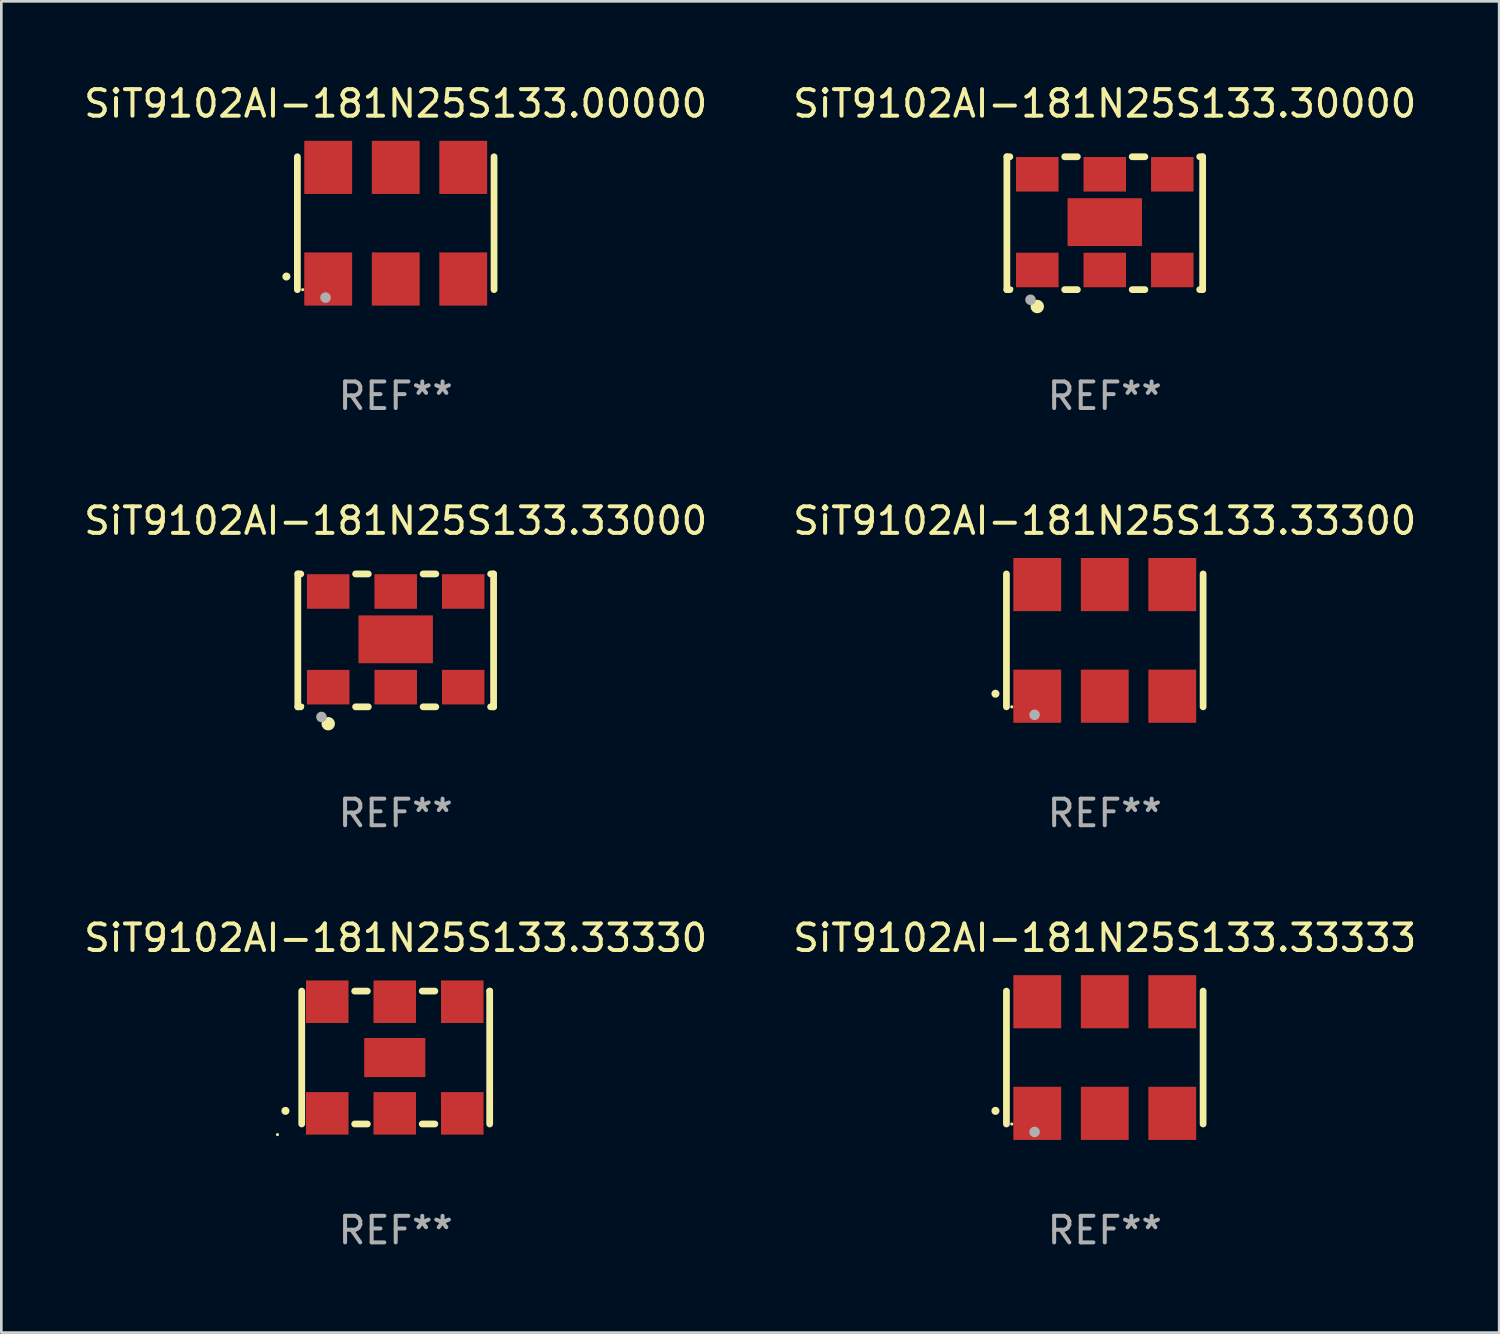
<source format=kicad_pcb>
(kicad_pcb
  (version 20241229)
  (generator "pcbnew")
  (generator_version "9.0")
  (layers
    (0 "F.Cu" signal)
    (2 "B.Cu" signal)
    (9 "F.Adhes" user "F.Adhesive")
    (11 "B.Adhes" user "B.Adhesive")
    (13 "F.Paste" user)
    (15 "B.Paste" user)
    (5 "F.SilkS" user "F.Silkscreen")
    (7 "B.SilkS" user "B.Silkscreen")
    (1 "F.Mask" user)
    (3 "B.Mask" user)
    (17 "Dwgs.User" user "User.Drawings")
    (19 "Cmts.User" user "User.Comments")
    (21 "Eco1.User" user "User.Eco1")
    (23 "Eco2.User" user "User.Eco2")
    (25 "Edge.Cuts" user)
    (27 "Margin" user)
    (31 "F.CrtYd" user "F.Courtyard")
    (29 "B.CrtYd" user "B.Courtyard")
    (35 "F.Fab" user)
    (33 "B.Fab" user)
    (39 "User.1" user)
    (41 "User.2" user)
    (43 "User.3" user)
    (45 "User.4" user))
  (footprint "SiT9102AI-181N25S133.33000"
    (layer "F.Cu")
    (at 11.839 21.045)
    (property "Reference" "SiT9102AI-181N25S133.33000" (at 0 -4.5 0) (layer "F.SilkS") (effects (font (size 1 1) (thickness 0.15))))
    (attr through_hole)
    (fp_line (start -3.683 -2.5) (end -3.571 -2.5) (stroke (width 0.254) (type solid)) (layer "F.SilkS"))
    (fp_line (start -3.683 2.5) (end -3.683 -2.5) (stroke (width 0.254) (type solid)) (layer "F.SilkS"))
    (fp_line (start -3.683 2.5) (end -3.571 2.5) (stroke (width 0.254) (type solid)) (layer "F.SilkS"))
    (fp_line (start -1.509 -2.5) (end -1.031 -2.5) (stroke (width 0.254) (type solid)) (layer "F.SilkS"))
    (fp_line (start -1.509 2.5) (end -1.031 2.5) (stroke (width 0.254) (type solid)) (layer "F.SilkS"))
    (fp_line (start 1.031 -2.5) (end 1.509 -2.5) (stroke (width 0.254) (type solid)) (layer "F.SilkS"))
    (fp_line (start 1.031 2.5) (end 1.509 2.5) (stroke (width 0.254) (type solid)) (layer "F.SilkS"))
    (fp_line (start 3.571 -2.5) (end 3.683 -2.5) (stroke (width 0.254) (type solid)) (layer "F.SilkS"))
    (fp_line (start 3.571 2.5) (end 3.683 2.5) (stroke (width 0.254) (type solid)) (layer "F.SilkS"))
    (fp_line (start 3.683 2.5) (end 3.683 -2.5) (stroke (width 0.254) (type solid)) (layer "F.SilkS"))
    (fp_circle (center -3.5 2.46) (end -3.47 2.46) (stroke (width 0.06) (type solid)) (fill no) (layer "F.SilkS"))
    (fp_circle (center -2.54 3.135) (end -2.413 3.135) (stroke (width 0.254) (type solid)) (fill no) (layer "F.SilkS"))
    (fp_circle (center -2.794 2.881) (end -2.694 2.881) (stroke (width 0.2) (type solid)) (fill no) (layer "F.Fab"))
    (fp_text user "REF**" (at 0 6.5 0) (layer "F.Fab") (effects (font (size 1 1) (thickness 0.15))))
    (pad "1" smd rect (at -2.54 1.76) (size 1.6 1.3) (layers "F.Cu" "F.Mask" "F.Paste"))
    (pad "2" smd rect (at 0 1.76) (size 1.6 1.3) (layers "F.Cu" "F.Mask" "F.Paste"))
    (pad "3" smd rect (at 2.54 1.76) (size 1.6 1.3) (layers "F.Cu" "F.Mask" "F.Paste"))
    (pad "4" smd rect (at 2.54 -1.84) (size 1.6 1.3) (layers "F.Cu" "F.Mask" "F.Paste"))
    (pad "5" smd rect (at 0 -1.84) (size 1.6 1.3) (layers "F.Cu" "F.Mask" "F.Paste"))
    (pad "6" smd rect (at -2.54 -1.84) (size 1.6 1.3) (layers "F.Cu" "F.Mask" "F.Paste"))
    (pad "7" smd rect (at 0 -0.04) (size 2.8 1.8) (layers "F.Cu" "F.Mask" "F.Paste")))
  (footprint "SiT9102AI-181N25S133.30000"
    (layer "F.Cu")
    (at 38.518 5.348)
    (property "Reference" "SiT9102AI-181N25S133.30000" (at 0 -4.5 0) (layer "F.SilkS") (effects (font (size 1 1) (thickness 0.15))))
    (attr through_hole)
    (fp_line (start -3.683 -2.5) (end -3.571 -2.5) (stroke (width 0.254) (type solid)) (layer "F.SilkS"))
    (fp_line (start -3.683 2.5) (end -3.683 -2.5) (stroke (width 0.254) (type solid)) (layer "F.SilkS"))
    (fp_line (start -3.683 2.5) (end -3.571 2.5) (stroke (width 0.254) (type solid)) (layer "F.SilkS"))
    (fp_line (start -1.509 -2.5) (end -1.031 -2.5) (stroke (width 0.254) (type solid)) (layer "F.SilkS"))
    (fp_line (start -1.509 2.5) (end -1.031 2.5) (stroke (width 0.254) (type solid)) (layer "F.SilkS"))
    (fp_line (start 1.031 -2.5) (end 1.509 -2.5) (stroke (width 0.254) (type solid)) (layer "F.SilkS"))
    (fp_line (start 1.031 2.5) (end 1.509 2.5) (stroke (width 0.254) (type solid)) (layer "F.SilkS"))
    (fp_line (start 3.571 -2.5) (end 3.683 -2.5) (stroke (width 0.254) (type solid)) (layer "F.SilkS"))
    (fp_line (start 3.571 2.5) (end 3.683 2.5) (stroke (width 0.254) (type solid)) (layer "F.SilkS"))
    (fp_line (start 3.683 2.5) (end 3.683 -2.5) (stroke (width 0.254) (type solid)) (layer "F.SilkS"))
    (fp_circle (center -3.5 2.46) (end -3.47 2.46) (stroke (width 0.06) (type solid)) (fill no) (layer "F.SilkS"))
    (fp_circle (center -2.54 3.135) (end -2.413 3.135) (stroke (width 0.254) (type solid)) (fill no) (layer "F.SilkS"))
    (fp_circle (center -2.794 2.881) (end -2.694 2.881) (stroke (width 0.2) (type solid)) (fill no) (layer "F.Fab"))
    (fp_text user "REF**" (at 0 6.5 0) (layer "F.Fab") (effects (font (size 1 1) (thickness 0.15))))
    (pad "1" smd rect (at -2.54 1.76) (size 1.6 1.3) (layers "F.Cu" "F.Mask" "F.Paste"))
    (pad "2" smd rect (at 0 1.76) (size 1.6 1.3) (layers "F.Cu" "F.Mask" "F.Paste"))
    (pad "3" smd rect (at 2.54 1.76) (size 1.6 1.3) (layers "F.Cu" "F.Mask" "F.Paste"))
    (pad "4" smd rect (at 2.54 -1.84) (size 1.6 1.3) (layers "F.Cu" "F.Mask" "F.Paste"))
    (pad "5" smd rect (at 0 -1.84) (size 1.6 1.3) (layers "F.Cu" "F.Mask" "F.Paste"))
    (pad "6" smd rect (at -2.54 -1.84) (size 1.6 1.3) (layers "F.Cu" "F.Mask" "F.Paste"))
    (pad "7" smd rect (at 0 -0.04) (size 2.8 1.8) (layers "F.Cu" "F.Mask" "F.Paste")))
  (footprint "SiT9102AI-181N25S133.33300"
    (layer "F.Cu")
    (at 38.518 21.045)
    (property "Reference" "SiT9102AI-181N25S133.33300" (at 0 -4.5 0) (layer "F.SilkS") (effects (font (size 1 1) (thickness 0.15))))
    (attr through_hole)
    (fp_line (start -3.7 -2.5) (end -3.7 2.5) (stroke (width 0.254) (type solid)) (layer "F.SilkS"))
    (fp_line (start 3.7 -2.5) (end 3.7 2.5) (stroke (width 0.254) (type solid)) (layer "F.SilkS"))
    (fp_arc (start -4.114415 2.006604) (mid -4.113145 2.006599) (end -4.111875 2.006604) (stroke (width 0.3) (type solid)) (layer "F.SilkS"))
    (fp_circle (center -3.5 2.501) (end -3.47 2.501) (stroke (width 0.06) (type solid)) (fill no) (layer "F.SilkS"))
    (fp_circle (center -2.641 2.799) (end -2.541 2.799) (stroke (width 0.2) (type solid)) (fill no) (layer "F.Fab"))
    (fp_text user "REF**" (at 0 6.5 0) (layer "F.Fab") (effects (font (size 1 1) (thickness 0.15))))
    (pad "1" smd rect (at -2.54 2.1) (size 1.8 2) (layers "F.Cu" "F.Mask" "F.Paste"))
    (pad "2" smd rect (at 0.000394 2.1) (size 1.8 2) (layers "F.Cu" "F.Mask" "F.Paste"))
    (pad "3" smd rect (at 2.54 2.1) (size 1.8 2) (layers "F.Cu" "F.Mask" "F.Paste"))
    (pad "4" smd rect (at 2.54 -2.1) (size 1.8 2) (layers "F.Cu" "F.Mask" "F.Paste"))
    (pad "5" smd rect (at 0.000394 -2.1) (size 1.8 2) (layers "F.Cu" "F.Mask" "F.Paste"))
    (pad "6" smd rect (at -2.54 -2.1) (size 1.8 2) (layers "F.Cu" "F.Mask" "F.Paste")))
  (footprint "SiT9102AI-181N25S133.33330"
    (layer "F.Cu")
    (at 11.839 36.741)
    (property "Reference" "SiT9102AI-181N25S133.33330" (at 0 -4.5 0) (layer "F.SilkS") (effects (font (size 1 1) (thickness 0.15))))
    (attr through_hole)
    (fp_line (start -3.536 -2.5) (end -3.536 2.5) (stroke (width 0.254) (type solid)) (layer "F.SilkS"))
    (fp_line (start -1.544 2.5) (end -1.067 2.5) (stroke (width 0.254) (type solid)) (layer "F.SilkS"))
    (fp_line (start -1.067 -2.5) (end -1.544 -2.5) (stroke (width 0.254) (type solid)) (layer "F.SilkS"))
    (fp_line (start 0.996 2.5) (end 1.473 2.5) (stroke (width 0.254) (type solid)) (layer "F.SilkS"))
    (fp_line (start 1.473 -2.5) (end 0.996 -2.5) (stroke (width 0.254) (type solid)) (layer "F.SilkS"))
    (fp_line (start 3.536 -2.5) (end 3.536 -2.5) (stroke (width 0.254) (type solid)) (layer "F.SilkS"))
    (fp_line (start 3.536 2.5) (end 3.536 -2.5) (stroke (width 0.254) (type solid)) (layer "F.SilkS"))
    (fp_arc (start -4.150432 2.006604) (mid -4.149162 2.006599) (end -4.147892 2.006604) (stroke (width 0.3) (type solid)) (layer "F.SilkS"))
    (fp_circle (center -4.449 2.9) (end -4.419 2.9) (stroke (width 0.06) (type solid)) (fill no) (layer "F.SilkS"))
    (fp_text user "REF**" (at 0 6.5 0) (layer "F.Fab") (effects (font (size 1 1) (thickness 0.15))))
    (pad "1" smd rect (at -2.576 2.1) (size 1.6 1.6) (layers "F.Cu" "F.Mask" "F.Paste"))
    (pad "2" smd rect (at -0.036 2.1) (size 1.6 1.6) (layers "F.Cu" "F.Mask" "F.Paste"))
    (pad "3" smd rect (at 2.504 2.1) (size 1.6 1.6) (layers "F.Cu" "F.Mask" "F.Paste"))
    (pad "4" smd rect (at 2.504 -2.1) (size 1.6 1.6) (layers "F.Cu" "F.Mask" "F.Paste"))
    (pad "5" smd rect (at -0.036 -2.1) (size 1.6 1.6) (layers "F.Cu" "F.Mask" "F.Paste"))
    (pad "6" smd rect (at -2.576 -2.1) (size 1.6 1.6) (layers "F.Cu" "F.Mask" "F.Paste"))
    (pad "7" smd rect (at -0.036 0) (size 2.3 1.47) (layers "F.Cu" "F.Mask" "F.Paste")))
  (footprint "SiT9102AI-181N25S133.00000"
    (layer "F.Cu")
    (at 11.839 5.348)
    (property "Reference" "SiT9102AI-181N25S133.00000" (at 0 -4.5 0) (layer "F.SilkS") (effects (font (size 1 1) (thickness 0.15))))
    (attr through_hole)
    (fp_line (start -3.7 -2.5) (end -3.7 2.5) (stroke (width 0.254) (type solid)) (layer "F.SilkS"))
    (fp_line (start 3.7 -2.5) (end 3.7 2.5) (stroke (width 0.254) (type solid)) (layer "F.SilkS"))
    (fp_arc (start -4.114415 2.006604) (mid -4.113145 2.006599) (end -4.111875 2.006604) (stroke (width 0.3) (type solid)) (layer "F.SilkS"))
    (fp_circle (center -3.5 2.501) (end -3.47 2.501) (stroke (width 0.06) (type solid)) (fill no) (layer "F.SilkS"))
    (fp_circle (center -2.641 2.799) (end -2.541 2.799) (stroke (width 0.2) (type solid)) (fill no) (layer "F.Fab"))
    (fp_text user "REF**" (at 0 6.5 0) (layer "F.Fab") (effects (font (size 1 1) (thickness 0.15))))
    (pad "1" smd rect (at -2.54 2.1) (size 1.8 2) (layers "F.Cu" "F.Mask" "F.Paste"))
    (pad "2" smd rect (at 0.000394 2.1) (size 1.8 2) (layers "F.Cu" "F.Mask" "F.Paste"))
    (pad "3" smd rect (at 2.54 2.1) (size 1.8 2) (layers "F.Cu" "F.Mask" "F.Paste"))
    (pad "4" smd rect (at 2.54 -2.1) (size 1.8 2) (layers "F.Cu" "F.Mask" "F.Paste"))
    (pad "5" smd rect (at 0.000394 -2.1) (size 1.8 2) (layers "F.Cu" "F.Mask" "F.Paste"))
    (pad "6" smd rect (at -2.54 -2.1) (size 1.8 2) (layers "F.Cu" "F.Mask" "F.Paste")))
  (footprint "SiT9102AI-181N25S133.33333"
    (layer "F.Cu")
    (at 38.518 36.741)
    (property "Reference" "SiT9102AI-181N25S133.33333" (at 0 -4.5 0) (layer "F.SilkS") (effects (font (size 1 1) (thickness 0.15))))
    (attr through_hole)
    (fp_line (start -3.7 -2.5) (end -3.7 2.5) (stroke (width 0.254) (type solid)) (layer "F.SilkS"))
    (fp_line (start 3.7 -2.5) (end 3.7 2.5) (stroke (width 0.254) (type solid)) (layer "F.SilkS"))
    (fp_arc (start -4.114415 2.006604) (mid -4.113145 2.006599) (end -4.111875 2.006604) (stroke (width 0.3) (type solid)) (layer "F.SilkS"))
    (fp_circle (center -3.5 2.501) (end -3.47 2.501) (stroke (width 0.06) (type solid)) (fill no) (layer "F.SilkS"))
    (fp_circle (center -2.641 2.799) (end -2.541 2.799) (stroke (width 0.2) (type solid)) (fill no) (layer "F.Fab"))
    (fp_text user "REF**" (at 0 6.5 0) (layer "F.Fab") (effects (font (size 1 1) (thickness 0.15))))
    (pad "1" smd rect (at -2.54 2.1) (size 1.8 2) (layers "F.Cu" "F.Mask" "F.Paste"))
    (pad "2" smd rect (at 0.000394 2.1) (size 1.8 2) (layers "F.Cu" "F.Mask" "F.Paste"))
    (pad "3" smd rect (at 2.54 2.1) (size 1.8 2) (layers "F.Cu" "F.Mask" "F.Paste"))
    (pad "4" smd rect (at 2.54 -2.1) (size 1.8 2) (layers "F.Cu" "F.Mask" "F.Paste"))
    (pad "5" smd rect (at 0.000394 -2.1) (size 1.8 2) (layers "F.Cu" "F.Mask" "F.Paste"))
    (pad "6" smd rect (at -2.54 -2.1) (size 1.8 2) (layers "F.Cu" "F.Mask" "F.Paste")))
  (gr_rect
    (start -3 -3)
    (end 53.357 47.09)
    (stroke (width 0.1) (type default))
    (fill no)
    (layer "Edge.Cuts")))
</source>
